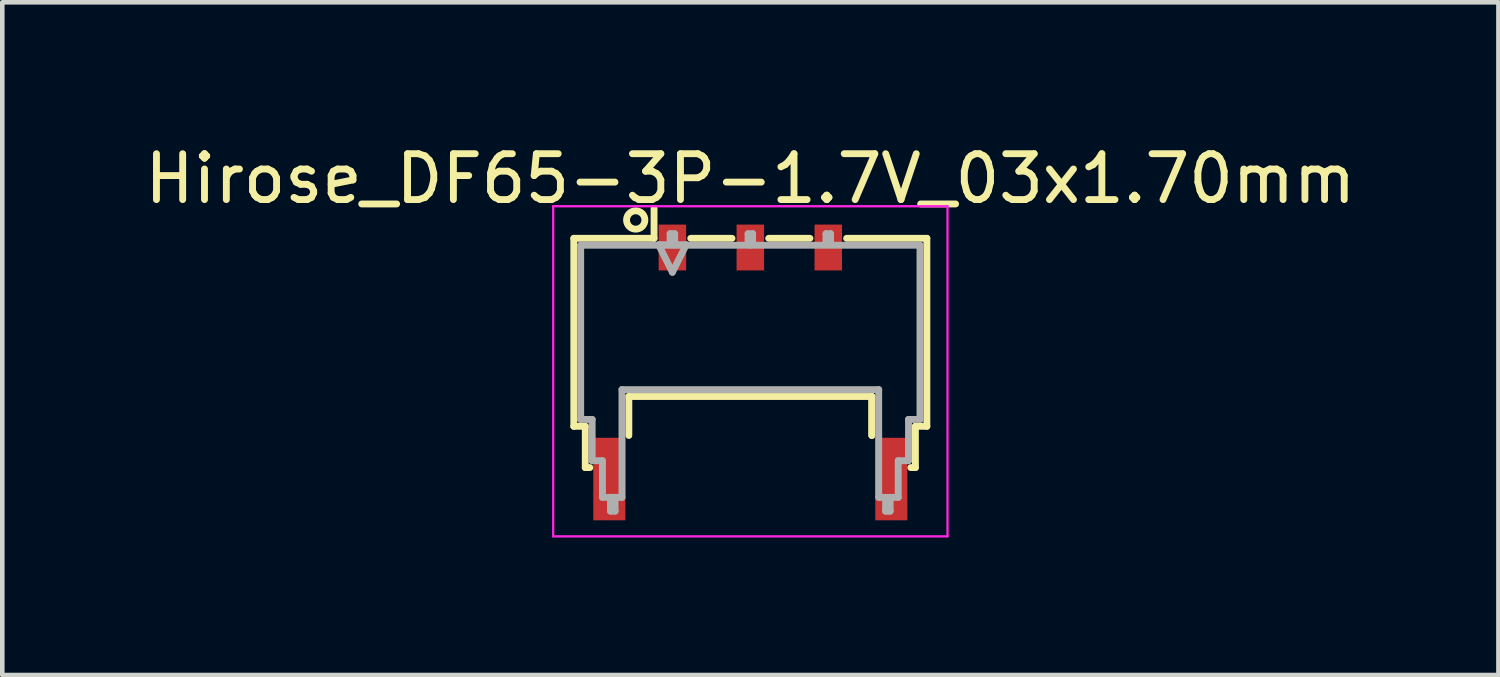
<source format=kicad_pcb>
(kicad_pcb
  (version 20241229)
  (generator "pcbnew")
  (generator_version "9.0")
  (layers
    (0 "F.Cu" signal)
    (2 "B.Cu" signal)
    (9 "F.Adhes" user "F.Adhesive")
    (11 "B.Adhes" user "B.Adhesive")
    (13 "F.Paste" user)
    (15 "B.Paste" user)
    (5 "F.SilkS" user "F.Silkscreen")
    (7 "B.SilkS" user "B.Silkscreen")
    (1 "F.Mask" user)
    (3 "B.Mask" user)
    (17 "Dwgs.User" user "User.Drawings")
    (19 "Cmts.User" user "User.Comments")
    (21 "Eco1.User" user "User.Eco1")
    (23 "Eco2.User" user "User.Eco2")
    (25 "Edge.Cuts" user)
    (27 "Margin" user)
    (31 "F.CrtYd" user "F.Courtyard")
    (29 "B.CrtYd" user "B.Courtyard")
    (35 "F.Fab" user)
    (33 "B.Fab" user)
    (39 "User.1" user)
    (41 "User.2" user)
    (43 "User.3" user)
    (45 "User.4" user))
  (footprint "Hirose_DF65-3P-1.7V_03x1.70mm"
    (layer "F.Cu")
    (at 13.315 2.848)
    (property "Reference" "Hirose_DF65-3P-1.7V_03x1.70mm" (at 0 -2 0) (layer "F.SilkS") (effects (font (size 1 1) (thickness 0.15))))
    (attr smd)
    (fp_line (start -3.85 -0.7) (end -3.85 3.4) (stroke (width 0.15) (type solid)) (layer "F.SilkS"))
    (fp_line (start -3.85 -0.7) (end -2.1 -0.7) (stroke (width 0.15) (type solid)) (layer "F.SilkS"))
    (fp_line (start -3.6 3.4) (end -3.85 3.4) (stroke (width 0.15) (type solid)) (layer "F.SilkS"))
    (fp_line (start -3.6 3.4) (end -3.6 4.3) (stroke (width 0.15) (type solid)) (layer "F.SilkS"))
    (fp_line (start -3.6 4.3) (end -3.5 4.3) (stroke (width 0.15) (type solid)) (layer "F.SilkS"))
    (fp_line (start -2.65 2.75) (end 2.65 2.75) (stroke (width 0.15) (type solid)) (layer "F.SilkS"))
    (fp_line (start -2.65 3.6) (end -2.65 2.75) (stroke (width 0.15) (type solid)) (layer "F.SilkS"))
    (fp_line (start -2.1 -0.7) (end -2.1 -1.35) (stroke (width 0.15) (type solid)) (layer "F.SilkS"))
    (fp_line (start -0.4 -0.7) (end -1.3 -0.7) (stroke (width 0.15) (type solid)) (layer "F.SilkS"))
    (fp_line (start 1.3 -0.7) (end 0.4 -0.7) (stroke (width 0.15) (type solid)) (layer "F.SilkS"))
    (fp_line (start 2.1 -0.7) (end 3.85 -0.7) (stroke (width 0.15) (type solid)) (layer "F.SilkS"))
    (fp_line (start 2.65 2.75) (end 2.65 3.6) (stroke (width 0.15) (type solid)) (layer "F.SilkS"))
    (fp_line (start 2.65 2.75) (end 2.65 3.6) (stroke (width 0.15) (type solid)) (layer "F.SilkS"))
    (fp_line (start 3.5 4.3) (end 3.6 4.3) (stroke (width 0.15) (type solid)) (layer "F.SilkS"))
    (fp_line (start 3.6 3.4) (end 3.85 3.4) (stroke (width 0.15) (type solid)) (layer "F.SilkS"))
    (fp_line (start 3.6 4.3) (end 3.6 3.4) (stroke (width 0.15) (type solid)) (layer "F.SilkS"))
    (fp_line (start 3.85 -0.7) (end 3.85 3.4) (stroke (width 0.15) (type solid)) (layer "F.SilkS"))
    (fp_circle (center -2.5 -1.1) (end -2.3 -1.1) (stroke (width 0.15) (type solid)) (fill no) (layer "F.SilkS"))
    (fp_line (start -4.3 -1.4) (end -4.3 5.8) (stroke (width 0.05) (type solid)) (layer "F.CrtYd"))
    (fp_line (start -4.3 5.8) (end 4.3 5.8) (stroke (width 0.05) (type solid)) (layer "F.CrtYd"))
    (fp_line (start 4.3 -1.4) (end -4.3 -1.4) (stroke (width 0.05) (type solid)) (layer "F.CrtYd"))
    (fp_line (start 4.3 5.8) (end 4.3 -1.4) (stroke (width 0.05) (type solid)) (layer "F.CrtYd"))
    (fp_line (start -3.7 -0.55) (end -3.7 3.25) (stroke (width 0.15) (type solid)) (layer "F.Fab"))
    (fp_line (start -3.7 3.25) (end -3.45 3.25) (stroke (width 0.15) (type solid)) (layer "F.Fab"))
    (fp_line (start -3.45 3.25) (end -3.45 4.15) (stroke (width 0.15) (type solid)) (layer "F.Fab"))
    (fp_line (start -3.45 4.15) (end -3.225 4.15) (stroke (width 0.15) (type solid)) (layer "F.Fab"))
    (fp_line (start -3.225 4.15) (end -3.225 4.95) (stroke (width 0.15) (type solid)) (layer "F.Fab"))
    (fp_line (start -3.05 5.25) (end -3.05 4.95) (stroke (width 0.15) (type solid)) (layer "F.Fab"))
    (fp_line (start -2.95 4.95) (end -2.95 5.25) (stroke (width 0.15) (type solid)) (layer "F.Fab"))
    (fp_line (start -2.95 5.25) (end -3.05 5.25) (stroke (width 0.15) (type solid)) (layer "F.Fab"))
    (fp_line (start -2.8 2.6) (end -2.8 4.95) (stroke (width 0.15) (type solid)) (layer "F.Fab"))
    (fp_line (start -2.8 2.6) (end 2.8 2.6) (stroke (width 0.15) (type solid)) (layer "F.Fab"))
    (fp_line (start -2.8 4.95) (end -3.225 4.95) (stroke (width 0.15) (type solid)) (layer "F.Fab"))
    (fp_line (start -2 -0.56) (end -1.4 -0.56) (stroke (width 0.15) (type solid)) (layer "F.Fab"))
    (fp_line (start -1.75 -0.8) (end -1.65 -0.8) (stroke (width 0.15) (type solid)) (layer "F.Fab"))
    (fp_line (start -1.75 -0.6) (end -1.75 -0.8) (stroke (width 0.15) (type solid)) (layer "F.Fab"))
    (fp_line (start -1.7 0.04) (end -2 -0.56) (stroke (width 0.15) (type solid)) (layer "F.Fab"))
    (fp_line (start -1.65 -0.8) (end -1.65 -0.6) (stroke (width 0.15) (type solid)) (layer "F.Fab"))
    (fp_line (start -1.4 -0.56) (end -1.7 0.04) (stroke (width 0.15) (type solid)) (layer "F.Fab"))
    (fp_line (start -0.05 -0.8) (end 0.05 -0.8) (stroke (width 0.15) (type solid)) (layer "F.Fab"))
    (fp_line (start -0.05 -0.6) (end -0.05 -0.8) (stroke (width 0.15) (type solid)) (layer "F.Fab"))
    (fp_line (start 0 -0.55) (end -3.7 -0.55) (stroke (width 0.15) (type solid)) (layer "F.Fab"))
    (fp_line (start 0 -0.55) (end 3.7 -0.55) (stroke (width 0.15) (type solid)) (layer "F.Fab"))
    (fp_line (start 0.05 -0.8) (end 0.05 -0.6) (stroke (width 0.15) (type solid)) (layer "F.Fab"))
    (fp_line (start 1.65 -0.8) (end 1.75 -0.8) (stroke (width 0.15) (type solid)) (layer "F.Fab"))
    (fp_line (start 1.65 -0.6) (end 1.65 -0.8) (stroke (width 0.15) (type solid)) (layer "F.Fab"))
    (fp_line (start 1.75 -0.8) (end 1.75 -0.6) (stroke (width 0.15) (type solid)) (layer "F.Fab"))
    (fp_line (start 2.8 4.95) (end 2.8 2.6) (stroke (width 0.15) (type solid)) (layer "F.Fab"))
    (fp_line (start 2.95 5.25) (end 2.95 4.95) (stroke (width 0.15) (type solid)) (layer "F.Fab"))
    (fp_line (start 3.05 4.95) (end 3.05 5.25) (stroke (width 0.15) (type solid)) (layer "F.Fab"))
    (fp_line (start 3.05 5.25) (end 2.95 5.25) (stroke (width 0.15) (type solid)) (layer "F.Fab"))
    (fp_line (start 3.225 4.15) (end 3.225 4.95) (stroke (width 0.15) (type solid)) (layer "F.Fab"))
    (fp_line (start 3.225 4.95) (end 2.8 4.95) (stroke (width 0.15) (type solid)) (layer "F.Fab"))
    (fp_line (start 3.45 3.25) (end 3.45 4.15) (stroke (width 0.15) (type solid)) (layer "F.Fab"))
    (fp_line (start 3.45 4.15) (end 3.225 4.15) (stroke (width 0.15) (type solid)) (layer "F.Fab"))
    (fp_line (start 3.7 -0.55) (end 3.7 3.25) (stroke (width 0.15) (type solid)) (layer "F.Fab"))
    (fp_line (start 3.7 3.25) (end 3.45 3.25) (stroke (width 0.15) (type solid)) (layer "F.Fab"))
    (pad "" smd rect (at -3.075 4.55) (size 0.7 1.8) (layers "F.Cu" "F.Mask" "F.Paste"))
    (pad "" smd rect (at 3.075 4.55) (size 0.7 1.8) (layers "F.Cu" "F.Mask" "F.Paste"))
    (pad "1" smd rect (at -1.7 -0.5) (size 0.6 1) (layers "F.Cu" "F.Mask" "F.Paste"))
    (pad "2" smd rect (at 0 -0.5) (size 0.6 1) (layers "F.Cu" "F.Mask" "F.Paste"))
    (pad "3" smd rect (at 1.7 -0.5) (size 0.6 1) (layers "F.Cu" "F.Mask" "F.Paste")))
  (gr_rect
    (start -3 -3)
    (end 29.631 11.673)
    (stroke (width 0.1) (type default))
    (fill no)
    (layer "Edge.Cuts")))
</source>
